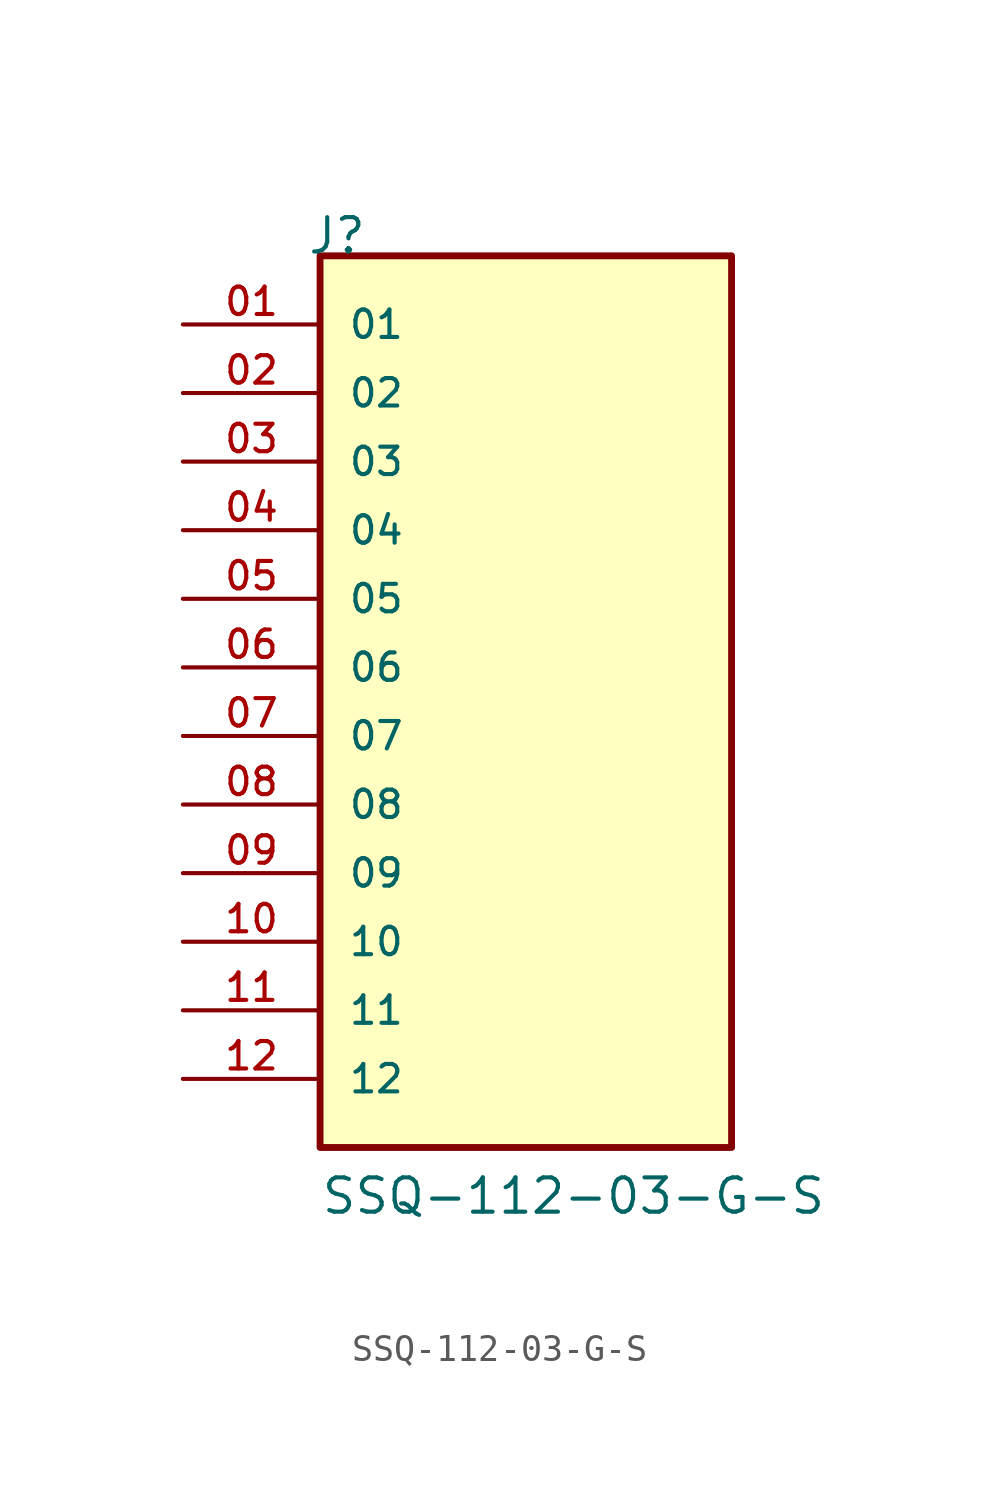
<source format=kicad_sym>
(kicad_symbol_lib
  (version 20211014)
  (generator kicad_symbol_editor)
  (symbol "SSQ-112-03-G-S"
    (pin_names
      (offset 1.016))
    (property "Reference" "J"
      (at -8.12 17.78 0)
      (effects (font (size 1.27 1.27)) (justify bottom left)))
    (property "Value" "SSQ-112-03-G-S"
      (at -7.62 -17.78 0)
      (effects (font (size 1.27 1.27)) (justify bottom left)))
    (symbol "SSQ-112-03-G-S_0_0"
      (rectangle (start -7.62 -15.24) (end 7.62 17.78) (stroke (width 0.254)) (fill (type background)))
      (pin passive line (at -12.7 15.24 0) (length 5.08) (name "01" (effects (font (size 1.016 1.016)))) (number "01" (effects (font (size 1.016 1.016)))))
      (pin passive line (at -12.7 12.7 0) (length 5.08) (name "02" (effects (font (size 1.016 1.016)))) (number "02" (effects (font (size 1.016 1.016)))))
      (pin passive line (at -12.7 10.16 0) (length 5.08) (name "03" (effects (font (size 1.016 1.016)))) (number "03" (effects (font (size 1.016 1.016)))))
      (pin passive line (at -12.7 7.62 0) (length 5.08) (name "04" (effects (font (size 1.016 1.016)))) (number "04" (effects (font (size 1.016 1.016)))))
      (pin passive line (at -12.7 5.08 0) (length 5.08) (name "05" (effects (font (size 1.016 1.016)))) (number "05" (effects (font (size 1.016 1.016)))))
      (pin passive line (at -12.7 2.54 0) (length 5.08) (name "06" (effects (font (size 1.016 1.016)))) (number "06" (effects (font (size 1.016 1.016)))))
      (pin passive line (at -12.7 0.0 0) (length 5.08) (name "07" (effects (font (size 1.016 1.016)))) (number "07" (effects (font (size 1.016 1.016)))))
      (pin passive line (at -12.7 -2.54 0) (length 5.08) (name "08" (effects (font (size 1.016 1.016)))) (number "08" (effects (font (size 1.016 1.016)))))
      (pin passive line (at -12.7 -5.08 0) (length 5.08) (name "09" (effects (font (size 1.016 1.016)))) (number "09" (effects (font (size 1.016 1.016)))))
      (pin passive line (at -12.7 -7.62 0) (length 5.08) (name "10" (effects (font (size 1.016 1.016)))) (number "10" (effects (font (size 1.016 1.016)))))
      (pin passive line (at -12.7 -10.16 0) (length 5.08) (name "11" (effects (font (size 1.016 1.016)))) (number "11" (effects (font (size 1.016 1.016)))))
      (pin passive line (at -12.7 -12.7 0) (length 5.08) (name "12" (effects (font (size 1.016 1.016)))) (number "12" (effects (font (size 1.016 1.016))))))))
</source>
